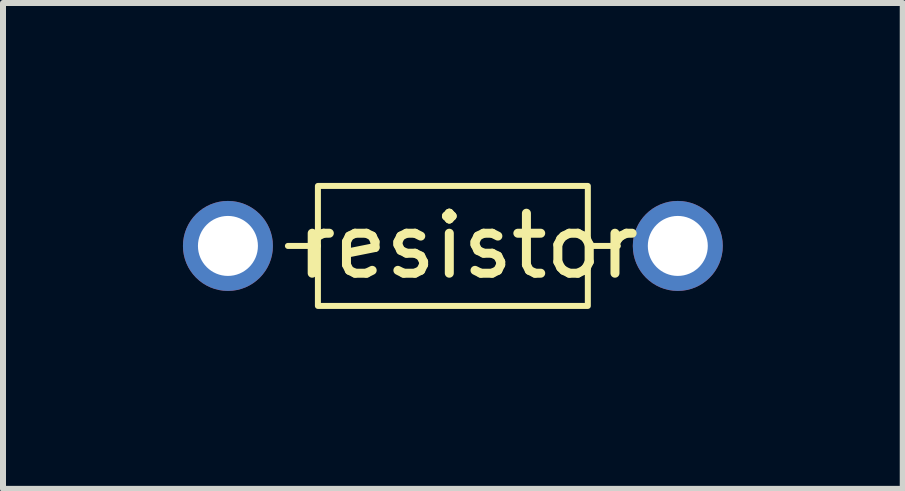
<source format=kicad_pcb>
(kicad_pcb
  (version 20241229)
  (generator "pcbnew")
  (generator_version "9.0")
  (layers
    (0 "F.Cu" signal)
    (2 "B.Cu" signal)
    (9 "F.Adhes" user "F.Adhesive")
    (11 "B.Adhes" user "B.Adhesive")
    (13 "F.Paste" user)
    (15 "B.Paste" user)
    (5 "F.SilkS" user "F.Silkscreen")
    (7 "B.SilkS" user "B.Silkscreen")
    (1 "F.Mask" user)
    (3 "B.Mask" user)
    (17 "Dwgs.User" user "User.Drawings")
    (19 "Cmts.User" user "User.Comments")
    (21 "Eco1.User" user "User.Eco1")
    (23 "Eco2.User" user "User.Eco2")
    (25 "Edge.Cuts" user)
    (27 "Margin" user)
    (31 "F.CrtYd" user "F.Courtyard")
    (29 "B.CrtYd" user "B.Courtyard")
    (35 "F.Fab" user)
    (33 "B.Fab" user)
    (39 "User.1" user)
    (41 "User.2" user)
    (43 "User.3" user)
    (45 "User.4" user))
  (footprint "resistor"
    (layer "F.Cu")
    (at 0.75 1.05)
    (property "Reference" "resistor" (at 4 0 0) (layer "F.SilkS") (effects (font (size 1 1) (thickness 0.15))))
    (attr through_hole)
    (fp_line (start 1.5 0) (end 1 0) (stroke (width 0.1) (type default)) (layer "F.SilkS"))
    (fp_line (start 6.5 0) (end 6 0) (stroke (width 0.1) (type default)) (layer "F.SilkS"))
    (fp_rect (start 1.5 -1) (end 6 1) (stroke (width 0.1) (type default)) (fill no) (layer "F.SilkS"))
    (pad "1" thru_hole circle (at 0 0) (size 1.5 1.5) (drill 1) (layers "*.Cu" "*.Mask"))
    (pad "2" thru_hole circle (at 7.5 0) (size 1.5 1.5) (drill 1) (layers "*.Cu" "*.Mask")))
  (gr_rect
    (start -3 -3)
    (end 12 5.1)
    (stroke (width 0.1) (type default))
    (fill no)
    (layer "Edge.Cuts")))
</source>
